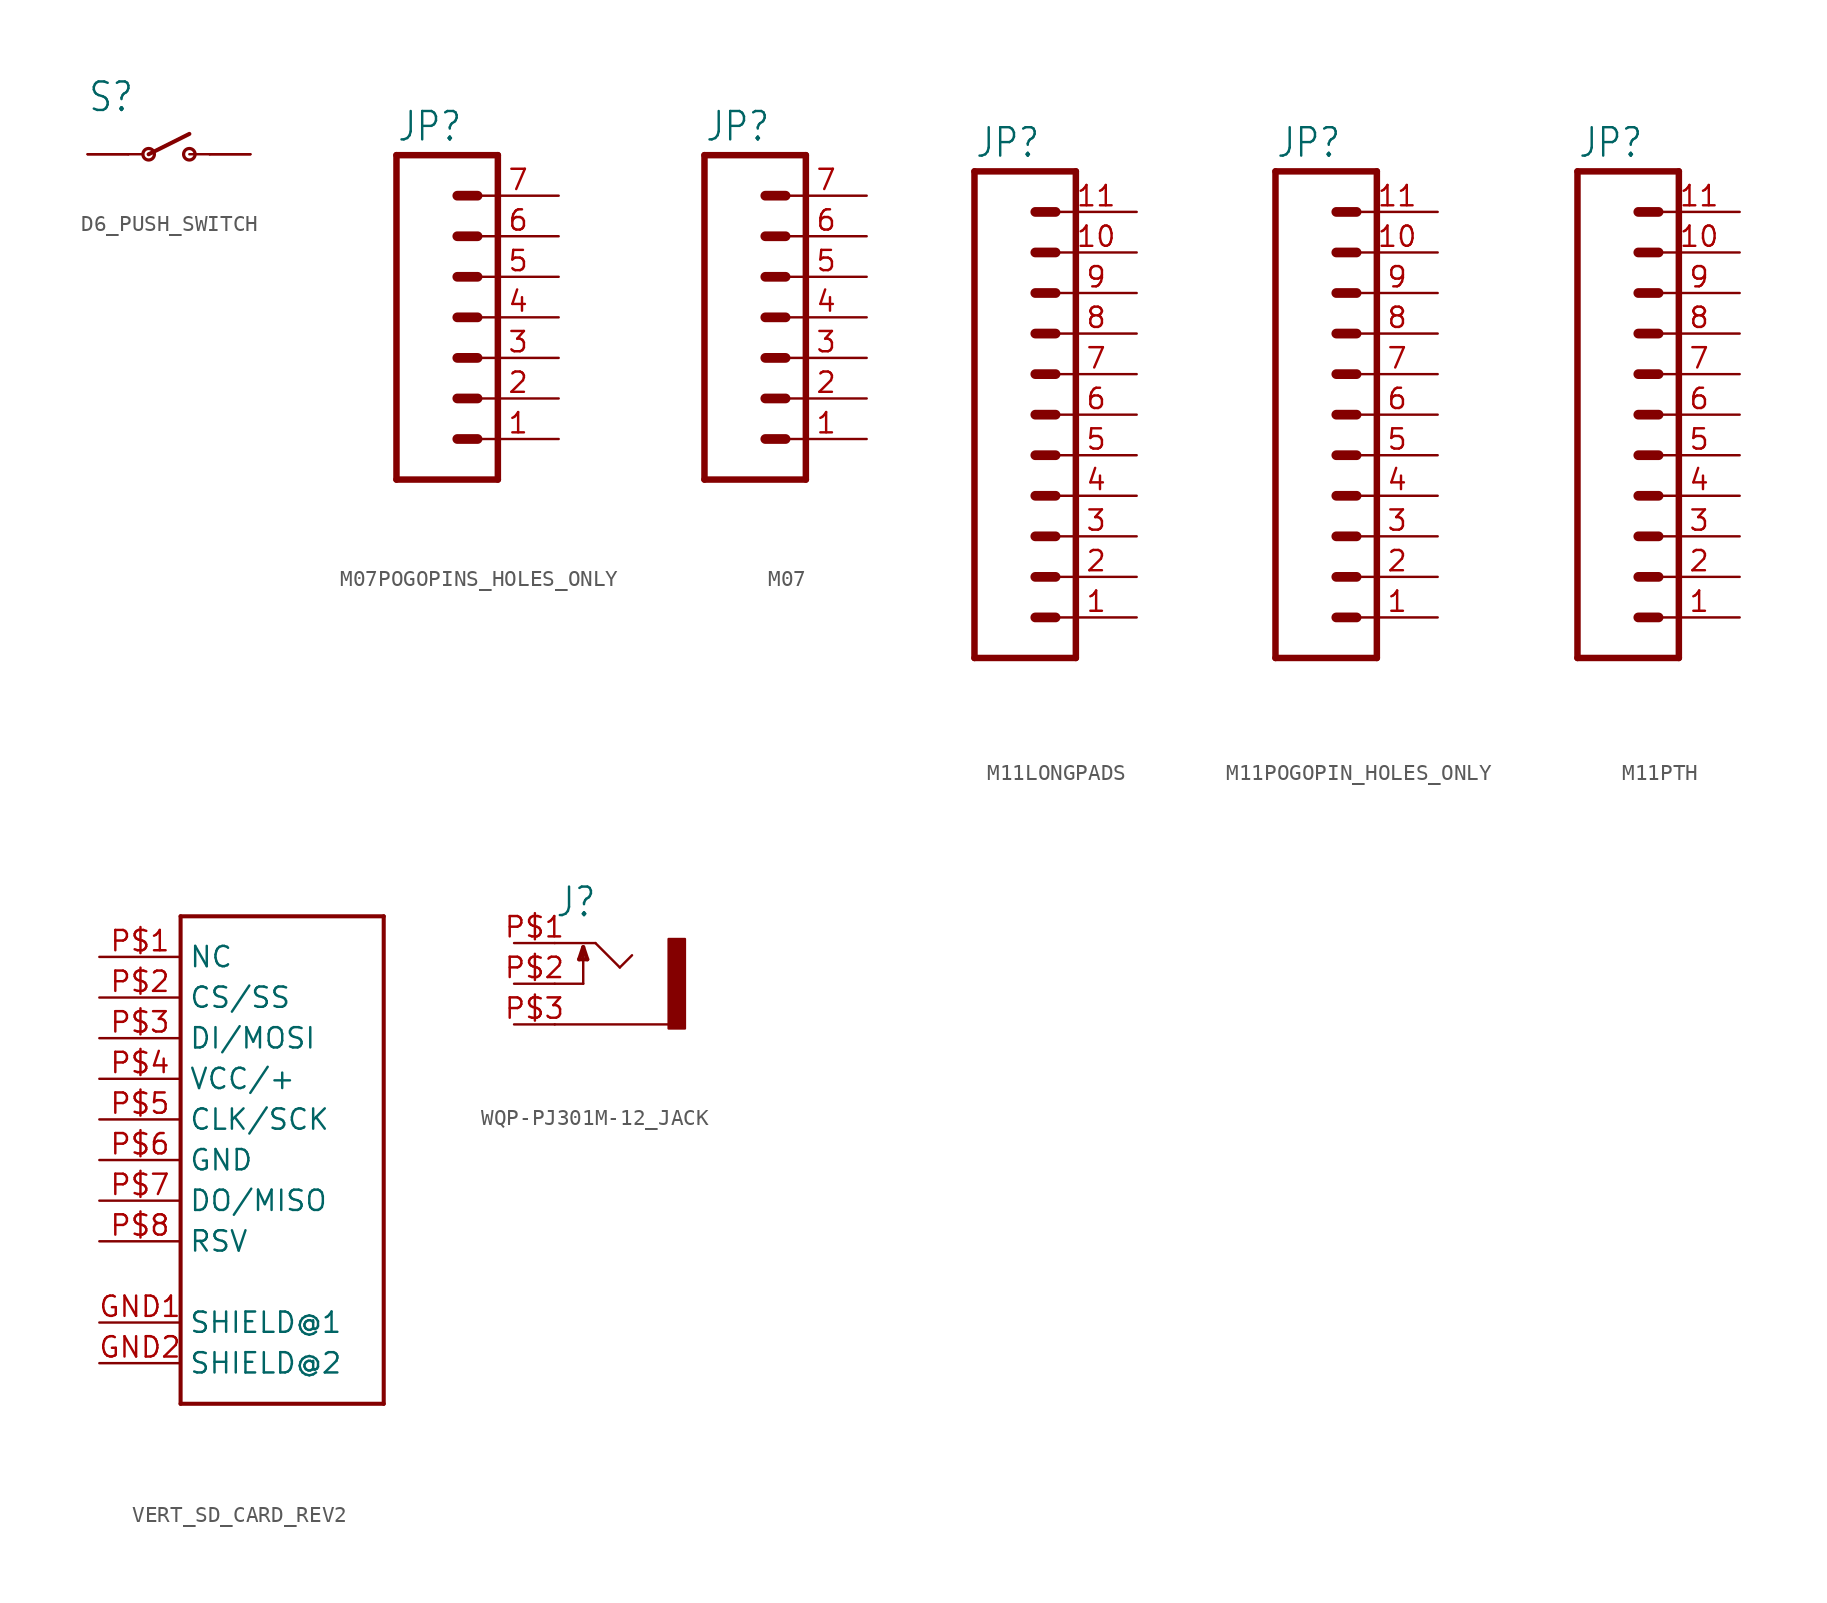
<source format=kicad_sym>
(kicad_symbol_lib
  (version 20220914)
  (generator kicad_symbol_editor)
  (symbol "D6_PUSH_SWITCH"
    (property "Reference" "S"
      (at -5.08 2.54 0)
      (effects (font (size 1.778 1.511)) (justify left bottom)))
    (property "Value" ""
      (at -5.08 -2.54 0)
      (effects (font (size 1.778 1.511)) (justify left bottom)))
    (property "ki_locked" ""
      (at 0 0 0)
      (effects (font (size 1.27 1.27))))
    (symbol "D6_PUSH_SWITCH_1_0"
      (circle (center -1.27 0) (radius 0.359) (stroke (width 0.203) (type solid)) (fill (type none)))
      (polyline (pts (xy -2.54 0) (xy -1.626 0)) (stroke (width 0.152) (type solid)) (fill (type none)))
      (polyline (pts (xy -1.27 0) (xy 1.27 1.27)) (stroke (width 0.254) (type solid)) (fill (type none)))
      (polyline (pts (xy 1.27 0) (xy 2.54 0)) (stroke (width 0.152) (type solid)) (fill (type none)))
      (circle (center 1.27 0) (radius 0.359) (stroke (width 0.203) (type solid)) (fill (type none)))
      (pin passive line (at 5.08 0 180) (length 2.54) (name "O" (effects (font (size 0 0)))) (number "P$1" (effects (font (size 0 0)))))
      (pin passive line (at 5.08 0 180) (length 2.54) (name "O" (effects (font (size 0 0)))) (number "P$2" (effects (font (size 0 0)))))
      (pin passive line (at -5.08 0 0) (length 2.54) (name "P" (effects (font (size 0 0)))) (number "P$3" (effects (font (size 0 0)))))
      (pin passive line (at -5.08 0 0) (length 2.54) (name "P" (effects (font (size 0 0)))) (number "P$4" (effects (font (size 0 0)))))))
  (symbol "M07POGOPINS_HOLES_ONLY"
    (property "Reference" "JP"
      (at -5.08 13.462 0)
      (effects (font (size 1.778 1.511)) (justify left bottom)))
    (property "Value" ""
      (at -5.08 -10.16 0)
      (effects (font (size 1.778 1.511)) (justify left bottom)))
    (property "ki_locked" ""
      (at 0 0 0)
      (effects (font (size 1.27 1.27))))
    (symbol "M07POGOPINS_HOLES_ONLY_1_0"
      (polyline (pts (xy -5.08 12.7) (xy -5.08 -7.62)) (stroke (width 0.406) (type solid)) (fill (type none)))
      (polyline (pts (xy -5.08 12.7) (xy 1.27 12.7)) (stroke (width 0.406) (type solid)) (fill (type none)))
      (polyline (pts (xy -1.27 -5.08) (xy 0 -5.08)) (stroke (width 0.61) (type solid)) (fill (type none)))
      (polyline (pts (xy -1.27 -2.54) (xy 0 -2.54)) (stroke (width 0.61) (type solid)) (fill (type none)))
      (polyline (pts (xy -1.27 0) (xy 0 0)) (stroke (width 0.61) (type solid)) (fill (type none)))
      (polyline (pts (xy -1.27 2.54) (xy 0 2.54)) (stroke (width 0.61) (type solid)) (fill (type none)))
      (polyline (pts (xy -1.27 5.08) (xy 0 5.08)) (stroke (width 0.61) (type solid)) (fill (type none)))
      (polyline (pts (xy -1.27 7.62) (xy 0 7.62)) (stroke (width 0.61) (type solid)) (fill (type none)))
      (polyline (pts (xy -1.27 10.16) (xy 0 10.16)) (stroke (width 0.61) (type solid)) (fill (type none)))
      (polyline (pts (xy 1.27 -7.62) (xy -5.08 -7.62)) (stroke (width 0.406) (type solid)) (fill (type none)))
      (polyline (pts (xy 1.27 -7.62) (xy 1.27 12.7)) (stroke (width 0.406) (type solid)) (fill (type none)))
      (pin passive line (at 5.08 -5.08 180) (length 5.08) (name "1" (effects (font (size 0 0)))) (number "1" (effects (font (size 1.27 1.27)))))
      (pin passive line (at 5.08 -2.54 180) (length 5.08) (name "2" (effects (font (size 0 0)))) (number "2" (effects (font (size 1.27 1.27)))))
      (pin passive line (at 5.08 0 180) (length 5.08) (name "3" (effects (font (size 0 0)))) (number "3" (effects (font (size 1.27 1.27)))))
      (pin passive line (at 5.08 2.54 180) (length 5.08) (name "4" (effects (font (size 0 0)))) (number "4" (effects (font (size 1.27 1.27)))))
      (pin passive line (at 5.08 5.08 180) (length 5.08) (name "5" (effects (font (size 0 0)))) (number "5" (effects (font (size 1.27 1.27)))))
      (pin passive line (at 5.08 7.62 180) (length 5.08) (name "6" (effects (font (size 0 0)))) (number "6" (effects (font (size 1.27 1.27)))))
      (pin passive line (at 5.08 10.16 180) (length 5.08) (name "7" (effects (font (size 0 0)))) (number "7" (effects (font (size 1.27 1.27)))))))
  (symbol "M07"
    (property "Reference" "JP"
      (at -5.08 13.462 0)
      (effects (font (size 1.778 1.511)) (justify left bottom)))
    (property "Value" ""
      (at -5.08 -10.16 0)
      (effects (font (size 1.778 1.511)) (justify left bottom)))
    (property "ki_locked" ""
      (at 0 0 0)
      (effects (font (size 1.27 1.27))))
    (symbol "M07_1_0"
      (polyline (pts (xy -5.08 12.7) (xy -5.08 -7.62)) (stroke (width 0.406) (type solid)) (fill (type none)))
      (polyline (pts (xy -5.08 12.7) (xy 1.27 12.7)) (stroke (width 0.406) (type solid)) (fill (type none)))
      (polyline (pts (xy -1.27 -5.08) (xy 0 -5.08)) (stroke (width 0.61) (type solid)) (fill (type none)))
      (polyline (pts (xy -1.27 -2.54) (xy 0 -2.54)) (stroke (width 0.61) (type solid)) (fill (type none)))
      (polyline (pts (xy -1.27 0) (xy 0 0)) (stroke (width 0.61) (type solid)) (fill (type none)))
      (polyline (pts (xy -1.27 2.54) (xy 0 2.54)) (stroke (width 0.61) (type solid)) (fill (type none)))
      (polyline (pts (xy -1.27 5.08) (xy 0 5.08)) (stroke (width 0.61) (type solid)) (fill (type none)))
      (polyline (pts (xy -1.27 7.62) (xy 0 7.62)) (stroke (width 0.61) (type solid)) (fill (type none)))
      (polyline (pts (xy -1.27 10.16) (xy 0 10.16)) (stroke (width 0.61) (type solid)) (fill (type none)))
      (polyline (pts (xy 1.27 -7.62) (xy -5.08 -7.62)) (stroke (width 0.406) (type solid)) (fill (type none)))
      (polyline (pts (xy 1.27 -7.62) (xy 1.27 12.7)) (stroke (width 0.406) (type solid)) (fill (type none)))
      (pin passive line (at 5.08 -5.08 180) (length 5.08) (name "1" (effects (font (size 0 0)))) (number "1" (effects (font (size 1.27 1.27)))))
      (pin passive line (at 5.08 -2.54 180) (length 5.08) (name "2" (effects (font (size 0 0)))) (number "2" (effects (font (size 1.27 1.27)))))
      (pin passive line (at 5.08 0 180) (length 5.08) (name "3" (effects (font (size 0 0)))) (number "3" (effects (font (size 1.27 1.27)))))
      (pin passive line (at 5.08 2.54 180) (length 5.08) (name "4" (effects (font (size 0 0)))) (number "4" (effects (font (size 1.27 1.27)))))
      (pin passive line (at 5.08 5.08 180) (length 5.08) (name "5" (effects (font (size 0 0)))) (number "5" (effects (font (size 1.27 1.27)))))
      (pin passive line (at 5.08 7.62 180) (length 5.08) (name "6" (effects (font (size 0 0)))) (number "6" (effects (font (size 1.27 1.27)))))
      (pin passive line (at 5.08 10.16 180) (length 5.08) (name "7" (effects (font (size 0 0)))) (number "7" (effects (font (size 1.27 1.27)))))))
  (symbol "M11LONGPADS"
    (property "Reference" "JP"
      (at 0 16.002 0)
      (effects (font (size 1.778 1.511)) (justify left bottom)))
    (property "Value" ""
      (at 0 -17.78 0)
      (effects (font (size 1.778 1.511)) (justify left bottom)))
    (property "ki_locked" ""
      (at 0 0 0)
      (effects (font (size 1.27 1.27))))
    (symbol "M11LONGPADS_1_0"
      (polyline (pts (xy 0 15.24) (xy 0 -15.24)) (stroke (width 0.406) (type solid)) (fill (type none)))
      (polyline (pts (xy 0 15.24) (xy 6.35 15.24)) (stroke (width 0.406) (type solid)) (fill (type none)))
      (polyline (pts (xy 3.81 -12.7) (xy 5.08 -12.7)) (stroke (width 0.61) (type solid)) (fill (type none)))
      (polyline (pts (xy 3.81 -10.16) (xy 5.08 -10.16)) (stroke (width 0.61) (type solid)) (fill (type none)))
      (polyline (pts (xy 3.81 -7.62) (xy 5.08 -7.62)) (stroke (width 0.61) (type solid)) (fill (type none)))
      (polyline (pts (xy 3.81 -5.08) (xy 5.08 -5.08)) (stroke (width 0.61) (type solid)) (fill (type none)))
      (polyline (pts (xy 3.81 -2.54) (xy 5.08 -2.54)) (stroke (width 0.61) (type solid)) (fill (type none)))
      (polyline (pts (xy 3.81 0) (xy 5.08 0)) (stroke (width 0.61) (type solid)) (fill (type none)))
      (polyline (pts (xy 3.81 2.54) (xy 5.08 2.54)) (stroke (width 0.61) (type solid)) (fill (type none)))
      (polyline (pts (xy 3.81 5.08) (xy 5.08 5.08)) (stroke (width 0.61) (type solid)) (fill (type none)))
      (polyline (pts (xy 3.81 7.62) (xy 5.08 7.62)) (stroke (width 0.61) (type solid)) (fill (type none)))
      (polyline (pts (xy 3.81 10.16) (xy 5.08 10.16)) (stroke (width 0.61) (type solid)) (fill (type none)))
      (polyline (pts (xy 3.81 12.7) (xy 5.08 12.7)) (stroke (width 0.61) (type solid)) (fill (type none)))
      (polyline (pts (xy 6.35 -15.24) (xy 0 -15.24)) (stroke (width 0.406) (type solid)) (fill (type none)))
      (polyline (pts (xy 6.35 -15.24) (xy 6.35 15.24)) (stroke (width 0.406) (type solid)) (fill (type none)))
      (pin passive line (at 10.16 -12.7 180) (length 5.08) (name "1" (effects (font (size 0 0)))) (number "1" (effects (font (size 1.27 1.27)))))
      (pin passive line (at 10.16 10.16 180) (length 5.08) (name "10" (effects (font (size 0 0)))) (number "10" (effects (font (size 1.27 1.27)))))
      (pin passive line (at 10.16 12.7 180) (length 5.08) (name "11" (effects (font (size 0 0)))) (number "11" (effects (font (size 1.27 1.27)))))
      (pin passive line (at 10.16 -10.16 180) (length 5.08) (name "2" (effects (font (size 0 0)))) (number "2" (effects (font (size 1.27 1.27)))))
      (pin passive line (at 10.16 -7.62 180) (length 5.08) (name "3" (effects (font (size 0 0)))) (number "3" (effects (font (size 1.27 1.27)))))
      (pin passive line (at 10.16 -5.08 180) (length 5.08) (name "4" (effects (font (size 0 0)))) (number "4" (effects (font (size 1.27 1.27)))))
      (pin passive line (at 10.16 -2.54 180) (length 5.08) (name "5" (effects (font (size 0 0)))) (number "5" (effects (font (size 1.27 1.27)))))
      (pin passive line (at 10.16 0 180) (length 5.08) (name "6" (effects (font (size 0 0)))) (number "6" (effects (font (size 1.27 1.27)))))
      (pin passive line (at 10.16 2.54 180) (length 5.08) (name "7" (effects (font (size 0 0)))) (number "7" (effects (font (size 1.27 1.27)))))
      (pin passive line (at 10.16 5.08 180) (length 5.08) (name "8" (effects (font (size 0 0)))) (number "8" (effects (font (size 1.27 1.27)))))
      (pin passive line (at 10.16 7.62 180) (length 5.08) (name "9" (effects (font (size 0 0)))) (number "9" (effects (font (size 1.27 1.27)))))))
  (symbol "M11POGOPIN_HOLES_ONLY"
    (property "Reference" "JP"
      (at 0 16.002 0)
      (effects (font (size 1.778 1.511)) (justify left bottom)))
    (property "Value" ""
      (at 0 -17.78 0)
      (effects (font (size 1.778 1.511)) (justify left bottom)))
    (property "ki_locked" ""
      (at 0 0 0)
      (effects (font (size 1.27 1.27))))
    (symbol "M11POGOPIN_HOLES_ONLY_1_0"
      (polyline (pts (xy 0 15.24) (xy 0 -15.24)) (stroke (width 0.406) (type solid)) (fill (type none)))
      (polyline (pts (xy 0 15.24) (xy 6.35 15.24)) (stroke (width 0.406) (type solid)) (fill (type none)))
      (polyline (pts (xy 3.81 -12.7) (xy 5.08 -12.7)) (stroke (width 0.61) (type solid)) (fill (type none)))
      (polyline (pts (xy 3.81 -10.16) (xy 5.08 -10.16)) (stroke (width 0.61) (type solid)) (fill (type none)))
      (polyline (pts (xy 3.81 -7.62) (xy 5.08 -7.62)) (stroke (width 0.61) (type solid)) (fill (type none)))
      (polyline (pts (xy 3.81 -5.08) (xy 5.08 -5.08)) (stroke (width 0.61) (type solid)) (fill (type none)))
      (polyline (pts (xy 3.81 -2.54) (xy 5.08 -2.54)) (stroke (width 0.61) (type solid)) (fill (type none)))
      (polyline (pts (xy 3.81 0) (xy 5.08 0)) (stroke (width 0.61) (type solid)) (fill (type none)))
      (polyline (pts (xy 3.81 2.54) (xy 5.08 2.54)) (stroke (width 0.61) (type solid)) (fill (type none)))
      (polyline (pts (xy 3.81 5.08) (xy 5.08 5.08)) (stroke (width 0.61) (type solid)) (fill (type none)))
      (polyline (pts (xy 3.81 7.62) (xy 5.08 7.62)) (stroke (width 0.61) (type solid)) (fill (type none)))
      (polyline (pts (xy 3.81 10.16) (xy 5.08 10.16)) (stroke (width 0.61) (type solid)) (fill (type none)))
      (polyline (pts (xy 3.81 12.7) (xy 5.08 12.7)) (stroke (width 0.61) (type solid)) (fill (type none)))
      (polyline (pts (xy 6.35 -15.24) (xy 0 -15.24)) (stroke (width 0.406) (type solid)) (fill (type none)))
      (polyline (pts (xy 6.35 -15.24) (xy 6.35 15.24)) (stroke (width 0.406) (type solid)) (fill (type none)))
      (pin passive line (at 10.16 -12.7 180) (length 5.08) (name "1" (effects (font (size 0 0)))) (number "1" (effects (font (size 1.27 1.27)))))
      (pin passive line (at 10.16 10.16 180) (length 5.08) (name "10" (effects (font (size 0 0)))) (number "10" (effects (font (size 1.27 1.27)))))
      (pin passive line (at 10.16 12.7 180) (length 5.08) (name "11" (effects (font (size 0 0)))) (number "11" (effects (font (size 1.27 1.27)))))
      (pin passive line (at 10.16 -10.16 180) (length 5.08) (name "2" (effects (font (size 0 0)))) (number "2" (effects (font (size 1.27 1.27)))))
      (pin passive line (at 10.16 -7.62 180) (length 5.08) (name "3" (effects (font (size 0 0)))) (number "3" (effects (font (size 1.27 1.27)))))
      (pin passive line (at 10.16 -5.08 180) (length 5.08) (name "4" (effects (font (size 0 0)))) (number "4" (effects (font (size 1.27 1.27)))))
      (pin passive line (at 10.16 -2.54 180) (length 5.08) (name "5" (effects (font (size 0 0)))) (number "5" (effects (font (size 1.27 1.27)))))
      (pin passive line (at 10.16 0 180) (length 5.08) (name "6" (effects (font (size 0 0)))) (number "6" (effects (font (size 1.27 1.27)))))
      (pin passive line (at 10.16 2.54 180) (length 5.08) (name "7" (effects (font (size 0 0)))) (number "7" (effects (font (size 1.27 1.27)))))
      (pin passive line (at 10.16 5.08 180) (length 5.08) (name "8" (effects (font (size 0 0)))) (number "8" (effects (font (size 1.27 1.27)))))
      (pin passive line (at 10.16 7.62 180) (length 5.08) (name "9" (effects (font (size 0 0)))) (number "9" (effects (font (size 1.27 1.27)))))))
  (symbol "M11PTH"
    (property "Reference" "JP"
      (at 0 16.002 0)
      (effects (font (size 1.778 1.511)) (justify left bottom)))
    (property "Value" ""
      (at 0 -17.78 0)
      (effects (font (size 1.778 1.511)) (justify left bottom)))
    (property "ki_locked" ""
      (at 0 0 0)
      (effects (font (size 1.27 1.27))))
    (symbol "M11PTH_1_0"
      (polyline (pts (xy 0 15.24) (xy 0 -15.24)) (stroke (width 0.406) (type solid)) (fill (type none)))
      (polyline (pts (xy 0 15.24) (xy 6.35 15.24)) (stroke (width 0.406) (type solid)) (fill (type none)))
      (polyline (pts (xy 3.81 -12.7) (xy 5.08 -12.7)) (stroke (width 0.61) (type solid)) (fill (type none)))
      (polyline (pts (xy 3.81 -10.16) (xy 5.08 -10.16)) (stroke (width 0.61) (type solid)) (fill (type none)))
      (polyline (pts (xy 3.81 -7.62) (xy 5.08 -7.62)) (stroke (width 0.61) (type solid)) (fill (type none)))
      (polyline (pts (xy 3.81 -5.08) (xy 5.08 -5.08)) (stroke (width 0.61) (type solid)) (fill (type none)))
      (polyline (pts (xy 3.81 -2.54) (xy 5.08 -2.54)) (stroke (width 0.61) (type solid)) (fill (type none)))
      (polyline (pts (xy 3.81 0) (xy 5.08 0)) (stroke (width 0.61) (type solid)) (fill (type none)))
      (polyline (pts (xy 3.81 2.54) (xy 5.08 2.54)) (stroke (width 0.61) (type solid)) (fill (type none)))
      (polyline (pts (xy 3.81 5.08) (xy 5.08 5.08)) (stroke (width 0.61) (type solid)) (fill (type none)))
      (polyline (pts (xy 3.81 7.62) (xy 5.08 7.62)) (stroke (width 0.61) (type solid)) (fill (type none)))
      (polyline (pts (xy 3.81 10.16) (xy 5.08 10.16)) (stroke (width 0.61) (type solid)) (fill (type none)))
      (polyline (pts (xy 3.81 12.7) (xy 5.08 12.7)) (stroke (width 0.61) (type solid)) (fill (type none)))
      (polyline (pts (xy 6.35 -15.24) (xy 0 -15.24)) (stroke (width 0.406) (type solid)) (fill (type none)))
      (polyline (pts (xy 6.35 -15.24) (xy 6.35 15.24)) (stroke (width 0.406) (type solid)) (fill (type none)))
      (pin passive line (at 10.16 -12.7 180) (length 5.08) (name "1" (effects (font (size 0 0)))) (number "1" (effects (font (size 1.27 1.27)))))
      (pin passive line (at 10.16 10.16 180) (length 5.08) (name "10" (effects (font (size 0 0)))) (number "10" (effects (font (size 1.27 1.27)))))
      (pin passive line (at 10.16 12.7 180) (length 5.08) (name "11" (effects (font (size 0 0)))) (number "11" (effects (font (size 1.27 1.27)))))
      (pin passive line (at 10.16 -10.16 180) (length 5.08) (name "2" (effects (font (size 0 0)))) (number "2" (effects (font (size 1.27 1.27)))))
      (pin passive line (at 10.16 -7.62 180) (length 5.08) (name "3" (effects (font (size 0 0)))) (number "3" (effects (font (size 1.27 1.27)))))
      (pin passive line (at 10.16 -5.08 180) (length 5.08) (name "4" (effects (font (size 0 0)))) (number "4" (effects (font (size 1.27 1.27)))))
      (pin passive line (at 10.16 -2.54 180) (length 5.08) (name "5" (effects (font (size 0 0)))) (number "5" (effects (font (size 1.27 1.27)))))
      (pin passive line (at 10.16 0 180) (length 5.08) (name "6" (effects (font (size 0 0)))) (number "6" (effects (font (size 1.27 1.27)))))
      (pin passive line (at 10.16 2.54 180) (length 5.08) (name "7" (effects (font (size 0 0)))) (number "7" (effects (font (size 1.27 1.27)))))
      (pin passive line (at 10.16 5.08 180) (length 5.08) (name "8" (effects (font (size 0 0)))) (number "8" (effects (font (size 1.27 1.27)))))
      (pin passive line (at 10.16 7.62 180) (length 5.08) (name "9" (effects (font (size 0 0)))) (number "9" (effects (font (size 1.27 1.27)))))))
  (symbol "VERT_SD_CARD_REV2"
    (property "Reference" ""
      (at -2.54 15.748 0)
      (effects (font (size 1.778 1.511)) (justify left bottom) hide))
    (property "Value" ""
      (at -2.54 -17.78 0)
      (effects (font (size 1.778 1.511)) (justify left bottom)))
    (property "ki_locked" ""
      (at 0 0 0)
      (effects (font (size 1.27 1.27))))
    (symbol "VERT_SD_CARD_REV2_1_0"
      (polyline (pts (xy -2.54 -15.24) (xy -2.54 15.24)) (stroke (width 0.254) (type solid)) (fill (type none)))
      (polyline (pts (xy -2.54 15.24) (xy 10.16 15.24)) (stroke (width 0.254) (type solid)) (fill (type none)))
      (polyline (pts (xy 10.16 -15.24) (xy -2.54 -15.24)) (stroke (width 0.254) (type solid)) (fill (type none)))
      (polyline (pts (xy 10.16 15.24) (xy 10.16 -15.24)) (stroke (width 0.254) (type solid)) (fill (type none)))
      (pin bidirectional line (at -7.62 -10.16 0) (length 5.08) (name "SHIELD@1" (effects (font (size 1.27 1.27)))) (number "GND1" (effects (font (size 1.27 1.27)))))
      (pin bidirectional line (at -7.62 -12.7 0) (length 5.08) (name "SHIELD@2" (effects (font (size 1.27 1.27)))) (number "GND2" (effects (font (size 1.27 1.27)))))
      (pin bidirectional line (at -7.62 12.7 0) (length 5.08) (name "NC" (effects (font (size 1.27 1.27)))) (number "P$1" (effects (font (size 1.27 1.27)))))
      (pin bidirectional line (at -7.62 10.16 0) (length 5.08) (name "CS/SS" (effects (font (size 1.27 1.27)))) (number "P$2" (effects (font (size 1.27 1.27)))))
      (pin bidirectional line (at -7.62 7.62 0) (length 5.08) (name "DI/MOSI" (effects (font (size 1.27 1.27)))) (number "P$3" (effects (font (size 1.27 1.27)))))
      (pin bidirectional line (at -7.62 5.08 0) (length 5.08) (name "VCC/+" (effects (font (size 1.27 1.27)))) (number "P$4" (effects (font (size 1.27 1.27)))))
      (pin bidirectional line (at -7.62 2.54 0) (length 5.08) (name "CLK/SCK" (effects (font (size 1.27 1.27)))) (number "P$5" (effects (font (size 1.27 1.27)))))
      (pin bidirectional line (at -7.62 0 0) (length 5.08) (name "GND" (effects (font (size 1.27 1.27)))) (number "P$6" (effects (font (size 1.27 1.27)))))
      (pin bidirectional line (at -7.62 -2.54 0) (length 5.08) (name "DO/MISO" (effects (font (size 1.27 1.27)))) (number "P$7" (effects (font (size 1.27 1.27)))))
      (pin bidirectional line (at -7.62 -5.08 0) (length 5.08) (name "RSV" (effects (font (size 1.27 1.27)))) (number "P$8" (effects (font (size 1.27 1.27)))))))
  (symbol "WQP-PJ301M-12_JACK"
    (property "Reference" "J"
      (at -2.54 4.064 0)
      (effects (font (size 1.778 1.511)) (justify left bottom)))
    (property "Value" ""
      (at -2.54 -6.096 0)
      (effects (font (size 1.778 1.511)) (justify left bottom)))
    (property "ki_locked" ""
      (at 0 0 0)
      (effects (font (size 1.27 1.27))))
    (symbol "WQP-PJ301M-12_JACK_1_0"
      (polyline (pts (xy -2.54 -2.54) (xy 4.572 -2.54)) (stroke (width 0.152) (type solid)) (fill (type none)))
      (polyline (pts (xy -2.54 0) (xy -0.762 0)) (stroke (width 0.152) (type solid)) (fill (type none)))
      (polyline (pts (xy -2.54 2.54) (xy 0 2.54)) (stroke (width 0.152) (type solid)) (fill (type none)))
      (polyline (pts (xy -1.016 1.524) (xy -0.508 1.524)) (stroke (width 0.254) (type solid)) (fill (type none)))
      (polyline (pts (xy -0.762 0) (xy -0.762 2.286)) (stroke (width 0.152) (type solid)) (fill (type none)))
      (polyline (pts (xy -0.762 2.286) (xy -1.016 1.524)) (stroke (width 0.254) (type solid)) (fill (type none)))
      (polyline (pts (xy -0.508 1.524) (xy -0.762 2.286)) (stroke (width 0.254) (type solid)) (fill (type none)))
      (polyline (pts (xy 0 2.54) (xy 1.524 1.016)) (stroke (width 0.152) (type solid)) (fill (type none)))
      (polyline (pts (xy 1.524 1.016) (xy 2.286 1.778)) (stroke (width 0.152) (type solid)) (fill (type none)))
      (rectangle (start 4.572 2.794) (end 5.588 -2.794) (stroke (width 0) (type default)) (fill (type outline)))
      (pin passive line (at -5.08 2.54 0) (length 2.54) (name "2" (effects (font (size 0 0)))) (number "P$1" (effects (font (size 1.27 1.27)))))
      (pin passive line (at -5.08 0 0) (length 2.54) (name "3" (effects (font (size 0 0)))) (number "P$2" (effects (font (size 1.27 1.27)))))
      (pin passive line (at -5.08 -2.54 0) (length 2.54) (name "1" (effects (font (size 0 0)))) (number "P$3" (effects (font (size 1.27 1.27))))))))
</source>
